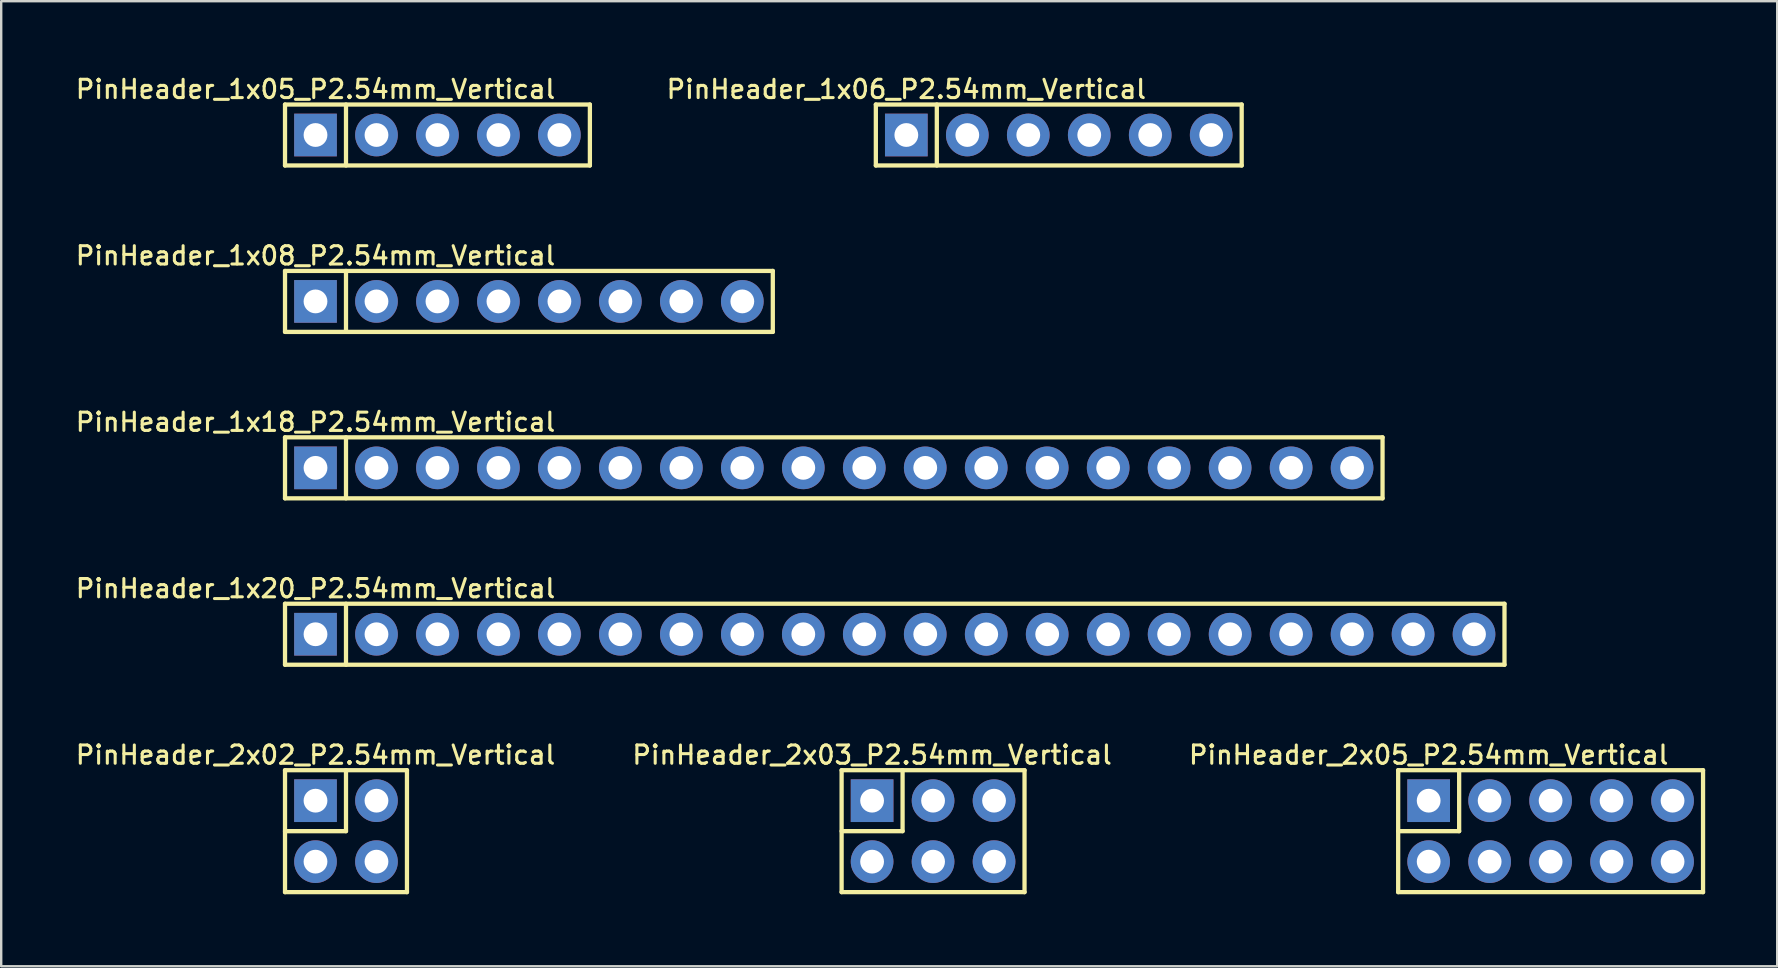
<source format=kicad_pcb>
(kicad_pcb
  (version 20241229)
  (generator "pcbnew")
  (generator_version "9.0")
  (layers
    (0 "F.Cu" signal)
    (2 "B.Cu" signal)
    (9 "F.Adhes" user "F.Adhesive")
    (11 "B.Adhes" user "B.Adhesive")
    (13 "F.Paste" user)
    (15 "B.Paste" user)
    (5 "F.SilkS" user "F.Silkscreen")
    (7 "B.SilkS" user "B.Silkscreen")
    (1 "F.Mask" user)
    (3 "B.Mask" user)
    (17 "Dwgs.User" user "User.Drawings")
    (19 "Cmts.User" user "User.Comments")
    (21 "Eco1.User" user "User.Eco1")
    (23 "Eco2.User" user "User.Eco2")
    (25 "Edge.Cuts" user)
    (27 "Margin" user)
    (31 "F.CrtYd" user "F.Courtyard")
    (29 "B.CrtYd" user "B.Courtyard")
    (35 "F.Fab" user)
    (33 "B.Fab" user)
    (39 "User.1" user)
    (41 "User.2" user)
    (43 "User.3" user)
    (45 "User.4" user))
  (footprint "PinHeader_1x05_P2.54mm_Vertical"
    (layer "F.Cu")
    (at 10.093 2.574)
    (property "Reference" "PinHeader_1x05_P2.54mm_Vertical" (at 0 -1.905 0) (layer "F.SilkS") (effects (font (size 0.762 0.762) (thickness 0.127))))
    (attr through_hole)
    (fp_line (start -1.27 -1.27) (end 11.43 -1.27) (stroke (width 0.178) (type solid)) (layer "F.SilkS"))
    (fp_line (start -1.27 1.27) (end -1.27 -1.27) (stroke (width 0.178) (type solid)) (layer "F.SilkS"))
    (fp_line (start 1.27 -1.27) (end 1.27 1.27) (stroke (width 0.178) (type solid)) (layer "F.SilkS"))
    (fp_line (start 11.43 -1.27) (end 11.43 1.27) (stroke (width 0.178) (type solid)) (layer "F.SilkS"))
    (fp_line (start 11.43 1.27) (end -1.27 1.27) (stroke (width 0.178) (type solid)) (layer "F.SilkS"))
    (pad "1" thru_hole rect (at 0 0) (size 1.778 1.778) (drill 0.991) (layers "*.Cu" "*.Mask"))
    (pad "2" thru_hole circle (at 2.54 0) (size 1.778 1.778) (drill 0.991) (layers "*.Cu" "*.Mask"))
    (pad "3" thru_hole circle (at 5.08 0) (size 1.778 1.778) (drill 0.991) (layers "*.Cu" "*.Mask"))
    (pad "4" thru_hole circle (at 7.62 0) (size 1.778 1.778) (drill 0.991) (layers "*.Cu" "*.Mask"))
    (pad "5" thru_hole circle (at 10.16 0) (size 1.778 1.778) (drill 0.991) (layers "*.Cu" "*.Mask")))
  (footprint "PinHeader_2x02_P2.54mm_Vertical"
    (layer "F.Cu")
    (at 10.093 30.304)
    (property "Reference" "PinHeader_2x02_P2.54mm_Vertical" (at 0 -1.905 0) (layer "F.SilkS") (effects (font (size 0.762 0.762) (thickness 0.127))))
    (attr through_hole)
    (fp_line (start -1.27 -1.27) (end 3.81 -1.27) (stroke (width 0.178) (type solid)) (layer "F.SilkS"))
    (fp_line (start -1.27 1.27) (end 1.27 1.27) (stroke (width 0.178) (type solid)) (layer "F.SilkS"))
    (fp_line (start -1.27 3.81) (end -1.27 -1.27) (stroke (width 0.178) (type solid)) (layer "F.SilkS"))
    (fp_line (start 1.27 -1.27) (end 1.27 1.27) (stroke (width 0.178) (type solid)) (layer "F.SilkS"))
    (fp_line (start 3.81 -1.27) (end 3.81 3.81) (stroke (width 0.178) (type solid)) (layer "F.SilkS"))
    (fp_line (start 3.81 3.81) (end -1.27 3.81) (stroke (width 0.178) (type solid)) (layer "F.SilkS"))
    (pad "1" thru_hole rect (at 0 0) (size 1.778 1.778) (drill 0.991) (layers "*.Cu" "*.Mask"))
    (pad "2" thru_hole circle (at 0 2.54) (size 1.778 1.778) (drill 0.991) (layers "*.Cu" "*.Mask"))
    (pad "3" thru_hole circle (at 2.54 0) (size 1.778 1.778) (drill 0.991) (layers "*.Cu" "*.Mask"))
    (pad "4" thru_hole circle (at 2.54 2.54) (size 1.778 1.778) (drill 0.991) (layers "*.Cu" "*.Mask")))
  (footprint "PinHeader_1x20_P2.54mm_Vertical"
    (layer "F.Cu")
    (at 10.093 23.371)
    (property "Reference" "PinHeader_1x20_P2.54mm_Vertical" (at 0 -1.905 0) (layer "F.SilkS") (effects (font (size 0.762 0.762) (thickness 0.127))))
    (attr through_hole)
    (fp_line (start -1.27 -1.27) (end 49.53 -1.27) (stroke (width 0.178) (type solid)) (layer "F.SilkS"))
    (fp_line (start -1.27 1.27) (end -1.27 -1.27) (stroke (width 0.178) (type solid)) (layer "F.SilkS"))
    (fp_line (start 1.27 -1.27) (end 1.27 1.27) (stroke (width 0.178) (type solid)) (layer "F.SilkS"))
    (fp_line (start 49.53 -1.27) (end 49.53 1.27) (stroke (width 0.178) (type solid)) (layer "F.SilkS"))
    (fp_line (start 49.53 1.27) (end -1.27 1.27) (stroke (width 0.178) (type solid)) (layer "F.SilkS"))
    (pad "1" thru_hole rect (at 0 0) (size 1.778 1.778) (drill 0.991) (layers "*.Cu" "*.Mask"))
    (pad "2" thru_hole circle (at 2.54 0) (size 1.778 1.778) (drill 0.991) (layers "*.Cu" "*.Mask"))
    (pad "3" thru_hole circle (at 5.08 0) (size 1.778 1.778) (drill 0.991) (layers "*.Cu" "*.Mask"))
    (pad "4" thru_hole circle (at 7.62 0) (size 1.778 1.778) (drill 0.991) (layers "*.Cu" "*.Mask"))
    (pad "5" thru_hole circle (at 10.16 0) (size 1.778 1.778) (drill 0.991) (layers "*.Cu" "*.Mask"))
    (pad "6" thru_hole circle (at 12.7 0) (size 1.778 1.778) (drill 0.991) (layers "*.Cu" "*.Mask"))
    (pad "7" thru_hole circle (at 15.24 0) (size 1.778 1.778) (drill 0.991) (layers "*.Cu" "*.Mask"))
    (pad "8" thru_hole circle (at 17.78 0) (size 1.778 1.778) (drill 0.991) (layers "*.Cu" "*.Mask"))
    (pad "9" thru_hole circle (at 20.32 0) (size 1.778 1.778) (drill 0.991) (layers "*.Cu" "*.Mask"))
    (pad "10" thru_hole circle (at 22.86 0) (size 1.778 1.778) (drill 0.991) (layers "*.Cu" "*.Mask"))
    (pad "11" thru_hole circle (at 25.4 0) (size 1.778 1.778) (drill 0.991) (layers "*.Cu" "*.Mask"))
    (pad "12" thru_hole circle (at 27.94 0) (size 1.778 1.778) (drill 0.991) (layers "*.Cu" "*.Mask"))
    (pad "13" thru_hole circle (at 30.48 0) (size 1.778 1.778) (drill 0.991) (layers "*.Cu" "*.Mask"))
    (pad "14" thru_hole circle (at 33.02 0) (size 1.778 1.778) (drill 0.991) (layers "*.Cu" "*.Mask"))
    (pad "15" thru_hole circle (at 35.56 0) (size 1.778 1.778) (drill 0.991) (layers "*.Cu" "*.Mask"))
    (pad "16" thru_hole circle (at 38.1 0) (size 1.778 1.778) (drill 0.991) (layers "*.Cu" "*.Mask"))
    (pad "17" thru_hole circle (at 40.64 0) (size 1.778 1.778) (drill 0.991) (layers "*.Cu" "*.Mask"))
    (pad "18" thru_hole circle (at 43.18 0) (size 1.778 1.778) (drill 0.991) (layers "*.Cu" "*.Mask"))
    (pad "19" thru_hole circle (at 45.72 0) (size 1.778 1.778) (drill 0.991) (layers "*.Cu" "*.Mask"))
    (pad "20" thru_hole circle (at 48.26 0) (size 1.778 1.778) (drill 0.991) (layers "*.Cu" "*.Mask")))
  (footprint "PinHeader_1x06_P2.54mm_Vertical"
    (layer "F.Cu")
    (at 34.705 2.574)
    (property "Reference" "PinHeader_1x06_P2.54mm_Vertical" (at 0 -1.905 0) (layer "F.SilkS") (effects (font (size 0.762 0.762) (thickness 0.127))))
    (attr through_hole)
    (fp_line (start -1.27 -1.27) (end 13.97 -1.27) (stroke (width 0.178) (type solid)) (layer "F.SilkS"))
    (fp_line (start -1.27 1.27) (end -1.27 -1.27) (stroke (width 0.178) (type solid)) (layer "F.SilkS"))
    (fp_line (start 1.27 -1.27) (end 1.27 1.27) (stroke (width 0.178) (type solid)) (layer "F.SilkS"))
    (fp_line (start 13.97 -1.27) (end 13.97 1.27) (stroke (width 0.178) (type solid)) (layer "F.SilkS"))
    (fp_line (start 13.97 1.27) (end -1.27 1.27) (stroke (width 0.178) (type solid)) (layer "F.SilkS"))
    (pad "1" thru_hole rect (at 0 0) (size 1.778 1.778) (drill 0.991) (layers "*.Cu" "*.Mask"))
    (pad "2" thru_hole circle (at 2.54 0) (size 1.778 1.778) (drill 0.991) (layers "*.Cu" "*.Mask"))
    (pad "3" thru_hole circle (at 5.08 0) (size 1.778 1.778) (drill 0.991) (layers "*.Cu" "*.Mask"))
    (pad "4" thru_hole circle (at 7.62 0) (size 1.778 1.778) (drill 0.991) (layers "*.Cu" "*.Mask"))
    (pad "5" thru_hole circle (at 10.16 0) (size 1.778 1.778) (drill 0.991) (layers "*.Cu" "*.Mask"))
    (pad "6" thru_hole circle (at 12.7 0) (size 1.778 1.778) (drill 0.991) (layers "*.Cu" "*.Mask")))
  (footprint "PinHeader_1x18_P2.54mm_Vertical"
    (layer "F.Cu")
    (at 10.093 16.439)
    (property "Reference" "PinHeader_1x18_P2.54mm_Vertical" (at 0 -1.905 0) (layer "F.SilkS") (effects (font (size 0.762 0.762) (thickness 0.127))))
    (attr through_hole)
    (fp_line (start -1.27 -1.27) (end 44.45 -1.27) (stroke (width 0.178) (type solid)) (layer "F.SilkS"))
    (fp_line (start -1.27 1.27) (end -1.27 -1.27) (stroke (width 0.178) (type solid)) (layer "F.SilkS"))
    (fp_line (start 1.27 -1.27) (end 1.27 1.27) (stroke (width 0.178) (type solid)) (layer "F.SilkS"))
    (fp_line (start 44.45 -1.27) (end 44.45 1.27) (stroke (width 0.178) (type solid)) (layer "F.SilkS"))
    (fp_line (start 44.45 1.27) (end -1.27 1.27) (stroke (width 0.178) (type solid)) (layer "F.SilkS"))
    (pad "1" thru_hole rect (at 0 0) (size 1.778 1.778) (drill 0.991) (layers "*.Cu" "*.Mask"))
    (pad "2" thru_hole circle (at 2.54 0) (size 1.778 1.778) (drill 0.991) (layers "*.Cu" "*.Mask"))
    (pad "3" thru_hole circle (at 5.08 0) (size 1.778 1.778) (drill 0.991) (layers "*.Cu" "*.Mask"))
    (pad "4" thru_hole circle (at 7.62 0) (size 1.778 1.778) (drill 0.991) (layers "*.Cu" "*.Mask"))
    (pad "5" thru_hole circle (at 10.16 0) (size 1.778 1.778) (drill 0.991) (layers "*.Cu" "*.Mask"))
    (pad "6" thru_hole circle (at 12.7 0) (size 1.778 1.778) (drill 0.991) (layers "*.Cu" "*.Mask"))
    (pad "7" thru_hole circle (at 15.24 0) (size 1.778 1.778) (drill 0.991) (layers "*.Cu" "*.Mask"))
    (pad "8" thru_hole circle (at 17.78 0) (size 1.778 1.778) (drill 0.991) (layers "*.Cu" "*.Mask"))
    (pad "9" thru_hole circle (at 20.32 0) (size 1.778 1.778) (drill 0.991) (layers "*.Cu" "*.Mask"))
    (pad "10" thru_hole circle (at 22.86 0) (size 1.778 1.778) (drill 0.991) (layers "*.Cu" "*.Mask"))
    (pad "11" thru_hole circle (at 25.4 0) (size 1.778 1.778) (drill 0.991) (layers "*.Cu" "*.Mask"))
    (pad "12" thru_hole circle (at 27.94 0) (size 1.778 1.778) (drill 0.991) (layers "*.Cu" "*.Mask"))
    (pad "13" thru_hole circle (at 30.48 0) (size 1.778 1.778) (drill 0.991) (layers "*.Cu" "*.Mask"))
    (pad "14" thru_hole circle (at 33.02 0) (size 1.778 1.778) (drill 0.991) (layers "*.Cu" "*.Mask"))
    (pad "15" thru_hole circle (at 35.56 0) (size 1.778 1.778) (drill 0.991) (layers "*.Cu" "*.Mask"))
    (pad "16" thru_hole circle (at 38.1 0) (size 1.778 1.778) (drill 0.991) (layers "*.Cu" "*.Mask"))
    (pad "17" thru_hole circle (at 40.64 0) (size 1.778 1.778) (drill 0.991) (layers "*.Cu" "*.Mask"))
    (pad "18" thru_hole circle (at 43.18 0) (size 1.778 1.778) (drill 0.991) (layers "*.Cu" "*.Mask")))
  (footprint "PinHeader_1x08_P2.54mm_Vertical"
    (layer "F.Cu")
    (at 10.093 9.506)
    (property "Reference" "PinHeader_1x08_P2.54mm_Vertical" (at 0 -1.905 0) (layer "F.SilkS") (effects (font (size 0.762 0.762) (thickness 0.127))))
    (attr through_hole)
    (fp_line (start -1.27 -1.27) (end 19.05 -1.27) (stroke (width 0.178) (type solid)) (layer "F.SilkS"))
    (fp_line (start -1.27 1.27) (end -1.27 -1.27) (stroke (width 0.178) (type solid)) (layer "F.SilkS"))
    (fp_line (start 1.27 -1.27) (end 1.27 1.27) (stroke (width 0.178) (type solid)) (layer "F.SilkS"))
    (fp_line (start 19.05 -1.27) (end 19.05 1.27) (stroke (width 0.178) (type solid)) (layer "F.SilkS"))
    (fp_line (start 19.05 1.27) (end -1.27 1.27) (stroke (width 0.178) (type solid)) (layer "F.SilkS"))
    (pad "1" thru_hole rect (at 0 0) (size 1.778 1.778) (drill 0.991) (layers "*.Cu" "*.Mask"))
    (pad "2" thru_hole circle (at 2.54 0) (size 1.778 1.778) (drill 0.991) (layers "*.Cu" "*.Mask"))
    (pad "3" thru_hole circle (at 5.08 0) (size 1.778 1.778) (drill 0.991) (layers "*.Cu" "*.Mask"))
    (pad "4" thru_hole circle (at 7.62 0) (size 1.778 1.778) (drill 0.991) (layers "*.Cu" "*.Mask"))
    (pad "5" thru_hole circle (at 10.16 0) (size 1.778 1.778) (drill 0.991) (layers "*.Cu" "*.Mask"))
    (pad "6" thru_hole circle (at 12.7 0) (size 1.778 1.778) (drill 0.991) (layers "*.Cu" "*.Mask"))
    (pad "7" thru_hole circle (at 15.24 0) (size 1.778 1.778) (drill 0.991) (layers "*.Cu" "*.Mask"))
    (pad "8" thru_hole circle (at 17.78 0) (size 1.778 1.778) (drill 0.991) (layers "*.Cu" "*.Mask")))
  (footprint "PinHeader_2x03_P2.54mm_Vertical"
    (layer "F.Cu")
    (at 33.279 30.304)
    (property "Reference" "PinHeader_2x03_P2.54mm_Vertical" (at 0 -1.905 0) (layer "F.SilkS") (effects (font (size 0.762 0.762) (thickness 0.127))))
    (attr through_hole)
    (fp_line (start -1.27 -1.27) (end 6.35 -1.27) (stroke (width 0.178) (type solid)) (layer "F.SilkS"))
    (fp_line (start -1.27 1.27) (end 1.27 1.27) (stroke (width 0.178) (type solid)) (layer "F.SilkS"))
    (fp_line (start -1.27 3.81) (end -1.27 -1.27) (stroke (width 0.178) (type solid)) (layer "F.SilkS"))
    (fp_line (start 1.27 -1.27) (end 1.27 1.27) (stroke (width 0.178) (type solid)) (layer "F.SilkS"))
    (fp_line (start 6.35 -1.27) (end 6.35 3.81) (stroke (width 0.178) (type solid)) (layer "F.SilkS"))
    (fp_line (start 6.35 3.81) (end -1.27 3.81) (stroke (width 0.178) (type solid)) (layer "F.SilkS"))
    (pad "1" thru_hole rect (at 0 0) (size 1.778 1.778) (drill 0.991) (layers "*.Cu" "*.Mask"))
    (pad "2" thru_hole circle (at 0 2.54) (size 1.778 1.778) (drill 0.991) (layers "*.Cu" "*.Mask"))
    (pad "3" thru_hole circle (at 2.54 0) (size 1.778 1.778) (drill 0.991) (layers "*.Cu" "*.Mask"))
    (pad "4" thru_hole circle (at 2.54 2.54) (size 1.778 1.778) (drill 0.991) (layers "*.Cu" "*.Mask"))
    (pad "5" thru_hole circle (at 5.08 0) (size 1.778 1.778) (drill 0.991) (layers "*.Cu" "*.Mask"))
    (pad "6" thru_hole circle (at 5.08 2.54) (size 1.778 1.778) (drill 0.991) (layers "*.Cu" "*.Mask")))
  (footprint "PinHeader_2x05_P2.54mm_Vertical"
    (layer "F.Cu")
    (at 56.464 30.304)
    (property "Reference" "PinHeader_2x05_P2.54mm_Vertical" (at 0 -1.905 0) (layer "F.SilkS") (effects (font (size 0.762 0.762) (thickness 0.127))))
    (attr through_hole)
    (fp_line (start -1.27 -1.27) (end 11.43 -1.27) (stroke (width 0.178) (type solid)) (layer "F.SilkS"))
    (fp_line (start -1.27 1.27) (end 1.27 1.27) (stroke (width 0.178) (type solid)) (layer "F.SilkS"))
    (fp_line (start -1.27 3.81) (end -1.27 -1.27) (stroke (width 0.178) (type solid)) (layer "F.SilkS"))
    (fp_line (start 1.27 -1.27) (end 1.27 1.27) (stroke (width 0.178) (type solid)) (layer "F.SilkS"))
    (fp_line (start 11.43 -1.27) (end 11.43 3.81) (stroke (width 0.178) (type solid)) (layer "F.SilkS"))
    (fp_line (start 11.43 3.81) (end -1.27 3.81) (stroke (width 0.178) (type solid)) (layer "F.SilkS"))
    (pad "1" thru_hole rect (at 0 0) (size 1.778 1.778) (drill 0.991) (layers "*.Cu" "*.Mask"))
    (pad "2" thru_hole circle (at 0 2.54) (size 1.778 1.778) (drill 0.991) (layers "*.Cu" "*.Mask"))
    (pad "3" thru_hole circle (at 2.54 0) (size 1.778 1.778) (drill 0.991) (layers "*.Cu" "*.Mask"))
    (pad "4" thru_hole circle (at 2.54 2.54) (size 1.778 1.778) (drill 0.991) (layers "*.Cu" "*.Mask"))
    (pad "5" thru_hole circle (at 5.08 0) (size 1.778 1.778) (drill 0.991) (layers "*.Cu" "*.Mask"))
    (pad "6" thru_hole circle (at 5.08 2.54) (size 1.778 1.778) (drill 0.991) (layers "*.Cu" "*.Mask"))
    (pad "7" thru_hole circle (at 7.62 0) (size 1.778 1.778) (drill 0.991) (layers "*.Cu" "*.Mask"))
    (pad "8" thru_hole circle (at 7.62 2.54) (size 1.778 1.778) (drill 0.991) (layers "*.Cu" "*.Mask"))
    (pad "9" thru_hole circle (at 10.16 0) (size 1.778 1.778) (drill 0.991) (layers "*.Cu" "*.Mask"))
    (pad "10" thru_hole circle (at 10.16 2.54) (size 1.778 1.778) (drill 0.991) (layers "*.Cu" "*.Mask")))
  (gr_rect
    (start -3 -3)
    (end 70.983 37.203)
    (stroke (width 0.1) (type default))
    (fill no)
    (layer "Edge.Cuts")))
</source>
